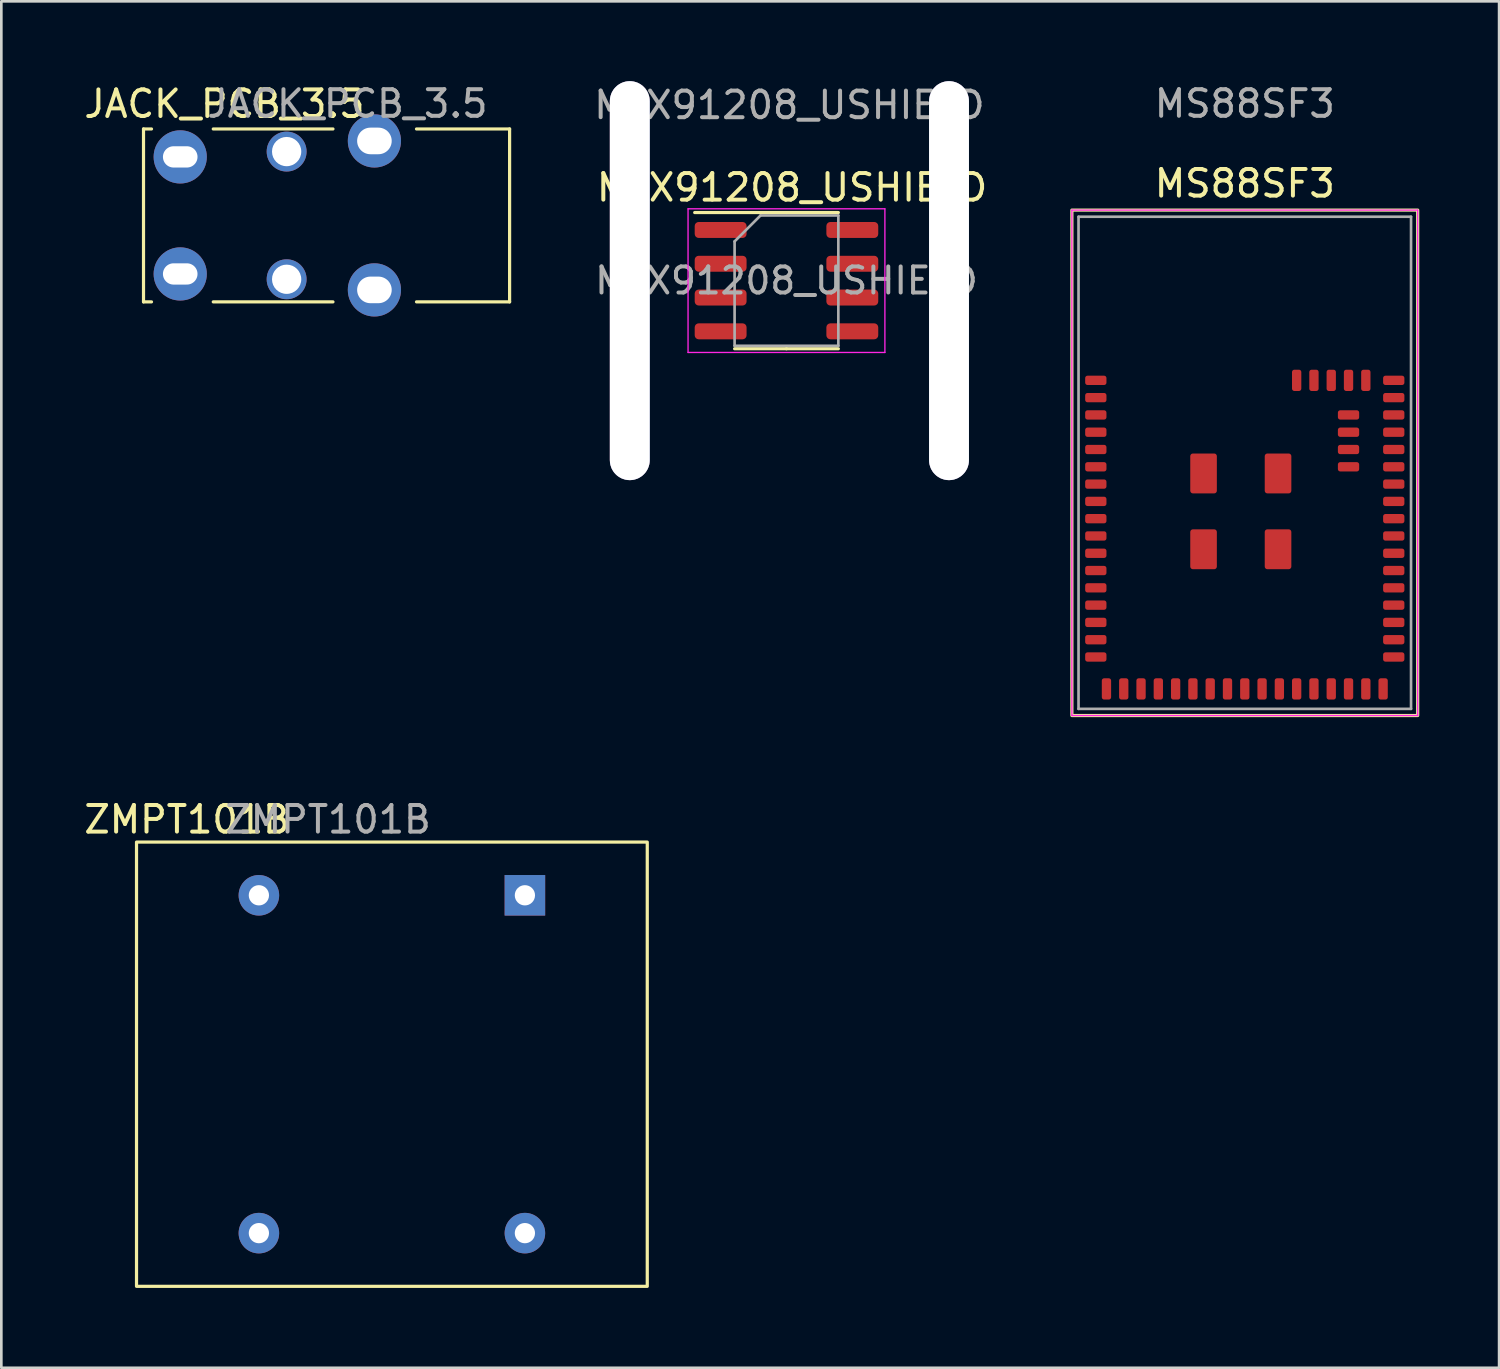
<source format=kicad_pcb>
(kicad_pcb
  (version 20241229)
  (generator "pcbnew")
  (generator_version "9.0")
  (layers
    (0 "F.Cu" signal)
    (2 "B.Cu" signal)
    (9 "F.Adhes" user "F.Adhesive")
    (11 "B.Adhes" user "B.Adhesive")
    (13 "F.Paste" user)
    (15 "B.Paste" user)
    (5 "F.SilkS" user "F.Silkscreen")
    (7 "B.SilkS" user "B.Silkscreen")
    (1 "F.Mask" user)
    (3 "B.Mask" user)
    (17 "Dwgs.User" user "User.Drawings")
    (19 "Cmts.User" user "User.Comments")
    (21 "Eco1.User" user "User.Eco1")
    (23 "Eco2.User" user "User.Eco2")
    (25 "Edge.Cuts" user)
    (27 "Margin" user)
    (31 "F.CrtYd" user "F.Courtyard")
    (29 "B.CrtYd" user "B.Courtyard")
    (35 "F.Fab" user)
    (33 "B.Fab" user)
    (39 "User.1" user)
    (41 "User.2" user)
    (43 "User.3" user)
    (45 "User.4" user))
  (footprint "ZMPT101B"
    (layer "F.Cu")
    (at 11.682 36.956)
    (property "Reference" "ZMPT101B" (at -7.7 -9.2 0) (unlocked yes) (layer "F.SilkS") (effects (font (size 1 1) (thickness 0.15))))
    (attr through_hole)
    (fp_rect (start -9.6 -8.35) (end 9.6 8.35) (stroke (width 0.12) (type solid)) (fill no) (layer "F.SilkS"))
    (fp_text user "${REFERENCE}" (at -2.4 -9.2 0) (unlocked yes) (layer "F.Fab") (effects (font (size 1 1) (thickness 0.15))))
    (pad "1" thru_hole rect (at 5 -6.35) (size 1.524 1.524) (drill 0.762) (layers "*.Cu" "*.Mask"))
    (pad "2" thru_hole circle (at 5 6.35) (size 1.524 1.524) (drill 0.762) (layers "*.Cu" "*.Mask"))
    (pad "3" thru_hole circle (at -5 6.35) (size 1.524 1.524) (drill 0.762) (layers "*.Cu" "*.Mask"))
    (pad "4" thru_hole circle (at -5 -6.35) (size 1.524 1.524) (drill 0.762) (layers "*.Cu" "*.Mask")))
  (footprint "MS88SF3"
    (layer "F.Cu")
    (at 43.744 14.348)
    (property "Reference" "MS88SF3" (at 0 -10.5 0) (unlocked yes) (layer "F.SilkS") (effects (font (size 1 1) (thickness 0.15))))
    (attr smd)
    (fp_rect (start -6.5 -9.5) (end 6.5 9.5) (stroke (width 0.12) (type solid)) (fill no) (layer "F.SilkS"))
    (fp_line (start -6.5 -9.5) (end -6.5 9.5) (stroke (width 0.05) (type solid)) (layer "F.CrtYd"))
    (fp_line (start -6.5 -9.5) (end 6.5 -9.5) (stroke (width 0.05) (type solid)) (layer "F.CrtYd"))
    (fp_line (start 6.5 -9.5) (end 6.5 9.5) (stroke (width 0.05) (type solid)) (layer "F.CrtYd"))
    (fp_line (start 6.5 9.5) (end -6.5 9.5) (stroke (width 0.05) (type solid)) (layer "F.CrtYd"))
    (fp_line (start -6.25 -9.25) (end 6.25 -9.25) (stroke (width 0.1) (type solid)) (layer "F.Fab"))
    (fp_line (start -6.25 9.25) (end -6.25 -9.25) (stroke (width 0.1) (type solid)) (layer "F.Fab"))
    (fp_line (start 6.25 -9.25) (end 6.25 9.25) (stroke (width 0.1) (type solid)) (layer "F.Fab"))
    (fp_line (start 6.25 9.25) (end -6.25 9.25) (stroke (width 0.1) (type solid)) (layer "F.Fab"))
    (fp_text user "${REFERENCE}" (at 0 -13.5 0) (unlocked yes) (layer "F.Fab") (effects (font (size 1 1) (thickness 0.15))))
    (pad "1" smd roundrect (at -5.6 -3.1) (size 0.8 0.35) (layers "F.Cu" "F.Mask" "F.Paste") (roundrect_rratio 0.25))
    (pad "2" smd roundrect (at -5.6 -2.45) (size 0.8 0.35) (layers "F.Cu" "F.Mask" "F.Paste") (roundrect_rratio 0.25))
    (pad "3" smd roundrect (at -5.6 -1.8) (size 0.8 0.35) (layers "F.Cu" "F.Mask" "F.Paste") (roundrect_rratio 0.25))
    (pad "4" smd roundrect (at -5.6 -1.15) (size 0.8 0.35) (layers "F.Cu" "F.Mask" "F.Paste") (roundrect_rratio 0.25))
    (pad "5" smd roundrect (at -5.6 -0.5) (size 0.8 0.35) (layers "F.Cu" "F.Mask" "F.Paste") (roundrect_rratio 0.25))
    (pad "6" smd roundrect (at -5.6 0.15) (size 0.8 0.35) (layers "F.Cu" "F.Mask" "F.Paste") (roundrect_rratio 0.25))
    (pad "7" smd roundrect (at -5.6 0.8) (size 0.8 0.35) (layers "F.Cu" "F.Mask" "F.Paste") (roundrect_rratio 0.25))
    (pad "8" smd roundrect (at -5.6 1.45) (size 0.8 0.35) (layers "F.Cu" "F.Mask" "F.Paste") (roundrect_rratio 0.25))
    (pad "9" smd roundrect (at -5.6 2.1) (size 0.8 0.35) (layers "F.Cu" "F.Mask" "F.Paste") (roundrect_rratio 0.25))
    (pad "10" smd roundrect (at -5.6 2.75) (size 0.8 0.35) (layers "F.Cu" "F.Mask" "F.Paste") (roundrect_rratio 0.25))
    (pad "11" smd roundrect (at -5.6 3.4) (size 0.8 0.35) (layers "F.Cu" "F.Mask" "F.Paste") (roundrect_rratio 0.25))
    (pad "12" smd roundrect (at -5.6 4.05) (size 0.8 0.35) (layers "F.Cu" "F.Mask" "F.Paste") (roundrect_rratio 0.25))
    (pad "13" smd roundrect (at -5.6 4.7) (size 0.8 0.35) (layers "F.Cu" "F.Mask" "F.Paste") (roundrect_rratio 0.25))
    (pad "14" smd roundrect (at -5.6 5.35) (size 0.8 0.35) (layers "F.Cu" "F.Mask" "F.Paste") (roundrect_rratio 0.25))
    (pad "15" smd roundrect (at -5.6 6) (size 0.8 0.35) (layers "F.Cu" "F.Mask" "F.Paste") (roundrect_rratio 0.25))
    (pad "16" smd roundrect (at -5.6 6.65) (size 0.8 0.35) (layers "F.Cu" "F.Mask" "F.Paste") (roundrect_rratio 0.25))
    (pad "17" smd roundrect (at -5.6 7.3) (size 0.8 0.35) (layers "F.Cu" "F.Mask" "F.Paste") (roundrect_rratio 0.25))
    (pad "18" smd roundrect (at -5.2 8.5) (size 0.35 0.8) (layers "F.Cu" "F.Mask" "F.Paste") (roundrect_rratio 0.25))
    (pad "19" smd roundrect (at -4.55 8.5) (size 0.35 0.8) (layers "F.Cu" "F.Mask" "F.Paste") (roundrect_rratio 0.25))
    (pad "20" smd roundrect (at -3.9 8.5) (size 0.35 0.8) (layers "F.Cu" "F.Mask" "F.Paste") (roundrect_rratio 0.25))
    (pad "21" smd roundrect (at -3.25 8.5) (size 0.35 0.8) (layers "F.Cu" "F.Mask" "F.Paste") (roundrect_rratio 0.25))
    (pad "22" smd roundrect (at -2.6 8.5) (size 0.35 0.8) (layers "F.Cu" "F.Mask" "F.Paste") (roundrect_rratio 0.25))
    (pad "23" smd roundrect (at -1.95 8.5) (size 0.35 0.8) (layers "F.Cu" "F.Mask" "F.Paste") (roundrect_rratio 0.25))
    (pad "24" smd roundrect (at -1.3 8.5) (size 0.35 0.8) (layers "F.Cu" "F.Mask" "F.Paste") (roundrect_rratio 0.25))
    (pad "25" smd roundrect (at -0.65 8.5) (size 0.35 0.8) (layers "F.Cu" "F.Mask" "F.Paste") (roundrect_rratio 0.25))
    (pad "26" smd roundrect (at 0 8.5) (size 0.35 0.8) (layers "F.Cu" "F.Mask" "F.Paste") (roundrect_rratio 0.25))
    (pad "27" smd roundrect (at 0.65 8.5) (size 0.35 0.8) (layers "F.Cu" "F.Mask" "F.Paste") (roundrect_rratio 0.25))
    (pad "28" smd roundrect (at 1.3 8.5) (size 0.35 0.8) (layers "F.Cu" "F.Mask" "F.Paste") (roundrect_rratio 0.25))
    (pad "29" smd roundrect (at 1.95 8.5) (size 0.35 0.8) (layers "F.Cu" "F.Mask" "F.Paste") (roundrect_rratio 0.25))
    (pad "30" smd roundrect (at 2.6 8.5) (size 0.35 0.8) (layers "F.Cu" "F.Mask" "F.Paste") (roundrect_rratio 0.25))
    (pad "31" smd roundrect (at 3.25 8.5) (size 0.35 0.8) (layers "F.Cu" "F.Mask" "F.Paste") (roundrect_rratio 0.25))
    (pad "32" smd roundrect (at 3.9 8.5) (size 0.35 0.8) (layers "F.Cu" "F.Mask" "F.Paste") (roundrect_rratio 0.25))
    (pad "33" smd roundrect (at 4.55 8.5) (size 0.35 0.8) (layers "F.Cu" "F.Mask" "F.Paste") (roundrect_rratio 0.25))
    (pad "34" smd roundrect (at 5.2 8.5) (size 0.35 0.8) (layers "F.Cu" "F.Mask" "F.Paste") (roundrect_rratio 0.25))
    (pad "35" smd roundrect (at 5.6 7.3) (size 0.8 0.35) (layers "F.Cu" "F.Mask" "F.Paste") (roundrect_rratio 0.25))
    (pad "36" smd roundrect (at 5.6 6.65) (size 0.8 0.35) (layers "F.Cu" "F.Mask" "F.Paste") (roundrect_rratio 0.25))
    (pad "37" smd roundrect (at 5.6 6) (size 0.8 0.35) (layers "F.Cu" "F.Mask" "F.Paste") (roundrect_rratio 0.25))
    (pad "38" smd roundrect (at 5.6 5.35) (size 0.8 0.35) (layers "F.Cu" "F.Mask" "F.Paste") (roundrect_rratio 0.25))
    (pad "39" smd roundrect (at 5.6 4.7) (size 0.8 0.35) (layers "F.Cu" "F.Mask" "F.Paste") (roundrect_rratio 0.25))
    (pad "40" smd roundrect (at 5.6 4.05) (size 0.8 0.35) (layers "F.Cu" "F.Mask" "F.Paste") (roundrect_rratio 0.25))
    (pad "41" smd roundrect (at 5.6 3.4) (size 0.8 0.35) (layers "F.Cu" "F.Mask" "F.Paste") (roundrect_rratio 0.25))
    (pad "42" smd roundrect (at 5.6 2.75) (size 0.8 0.35) (layers "F.Cu" "F.Mask" "F.Paste") (roundrect_rratio 0.25))
    (pad "43" smd roundrect (at 5.6 2.1) (size 0.8 0.35) (layers "F.Cu" "F.Mask" "F.Paste") (roundrect_rratio 0.25))
    (pad "44" smd roundrect (at 5.6 1.45) (size 0.8 0.35) (layers "F.Cu" "F.Mask" "F.Paste") (roundrect_rratio 0.25))
    (pad "45" smd roundrect (at 5.6 0.8) (size 0.8 0.35) (layers "F.Cu" "F.Mask" "F.Paste") (roundrect_rratio 0.25))
    (pad "46" smd roundrect (at 5.6 0.15) (size 0.8 0.35) (layers "F.Cu" "F.Mask" "F.Paste") (roundrect_rratio 0.25))
    (pad "47" smd roundrect (at 5.6 -0.5) (size 0.8 0.35) (layers "F.Cu" "F.Mask" "F.Paste") (roundrect_rratio 0.25))
    (pad "48" smd roundrect (at 5.6 -1.15) (size 0.8 0.35) (layers "F.Cu" "F.Mask" "F.Paste") (roundrect_rratio 0.25))
    (pad "49" smd roundrect (at 5.6 -1.8) (size 0.8 0.35) (layers "F.Cu" "F.Mask" "F.Paste") (roundrect_rratio 0.25))
    (pad "50" smd roundrect (at 5.6 -2.45) (size 0.8 0.35) (layers "F.Cu" "F.Mask" "F.Paste") (roundrect_rratio 0.25))
    (pad "51" smd roundrect (at 5.6 -3.1) (size 0.8 0.35) (layers "F.Cu" "F.Mask" "F.Paste") (roundrect_rratio 0.25))
    (pad "52" smd roundrect (at 4.55 -3.1) (size 0.35 0.8) (layers "F.Cu" "F.Mask" "F.Paste") (roundrect_rratio 0.25))
    (pad "53" smd roundrect (at 3.9 -3.1) (size 0.35 0.8) (layers "F.Cu" "F.Mask" "F.Paste") (roundrect_rratio 0.25))
    (pad "54" smd roundrect (at 3.25 -3.1) (size 0.35 0.8) (layers "F.Cu" "F.Mask" "F.Paste") (roundrect_rratio 0.25))
    (pad "55" smd roundrect (at 2.6 -3.1) (size 0.35 0.8) (layers "F.Cu" "F.Mask" "F.Paste") (roundrect_rratio 0.25))
    (pad "56" smd roundrect (at 1.95 -3.1) (size 0.35 0.8) (layers "F.Cu" "F.Mask" "F.Paste") (roundrect_rratio 0.25))
    (pad "57" smd roundrect (at 3.9 -1.8) (size 0.8 0.35) (layers "F.Cu" "F.Mask" "F.Paste") (roundrect_rratio 0.25))
    (pad "58" smd roundrect (at 3.9 -1.15) (size 0.8 0.35) (layers "F.Cu" "F.Mask" "F.Paste") (roundrect_rratio 0.25))
    (pad "59" smd roundrect (at 3.9 -0.5) (size 0.8 0.35) (layers "F.Cu" "F.Mask" "F.Paste") (roundrect_rratio 0.25))
    (pad "60" smd roundrect (at 3.9 0.15) (size 0.8 0.35) (layers "F.Cu" "F.Mask" "F.Paste") (roundrect_rratio 0.25))
    (pad "61" smd roundrect (at 1.25 0.4) (size 1 1.5) (layers "F.Cu" "F.Mask" "F.Paste") (roundrect_rratio 0.1))
    (pad "62" smd roundrect (at 1.25 3.25) (size 1 1.5) (layers "F.Cu" "F.Mask" "F.Paste") (roundrect_rratio 0.1))
    (pad "63" smd roundrect (at -1.55 3.25) (size 1 1.5) (layers "F.Cu" "F.Mask" "F.Paste") (roundrect_rratio 0.1))
    (pad "64" smd roundrect (at -1.55 0.4) (size 1 1.5) (layers "F.Cu" "F.Mask" "F.Paste") (roundrect_rratio 0.1)))
  (footprint "JACK_PCB_3.5"
    (layer "F.Cu")
    (at 7.725 5.048)
    (property "Reference" "JACK_PCB_3.5" (at -2.338 -4.192 0) (unlocked yes) (layer "F.SilkS") (effects (font (size 1 1) (thickness 0.15))))
    (attr through_hole)
    (fp_line (start -5.38 -3.25) (end -5.38 3.25) (stroke (width 0.12) (type solid)) (layer "F.SilkS"))
    (fp_line (start -5.38 3.25) (end -5.08 3.25) (stroke (width 0.12) (type solid)) (layer "F.SilkS"))
    (fp_line (start -5.08 -3.25) (end -5.38 -3.25) (stroke (width 0.12) (type solid)) (layer "F.SilkS"))
    (fp_line (start -2.758 -3.25) (end 1.742 -3.25) (stroke (width 0.12) (type solid)) (layer "F.SilkS"))
    (fp_line (start -2.758 3.25) (end 1.742 3.25) (stroke (width 0.12) (type solid)) (layer "F.SilkS"))
    (fp_line (start 4.882 -3.25) (end 8.382 -3.25) (stroke (width 0.12) (type solid)) (layer "F.SilkS"))
    (fp_line (start 8.382 -3.25) (end 8.382 3.25) (stroke (width 0.12) (type solid)) (layer "F.SilkS"))
    (fp_line (start 8.382 3.25) (end 4.882 3.25) (stroke (width 0.12) (type solid)) (layer "F.SilkS"))
    (fp_text user "${REFERENCE}" (at 2.286 -4.2 0) (unlocked yes) (layer "F.Fab") (effects (font (size 1 1) (thickness 0.15))))
    (pad "" np_thru_hole circle (at 0 -2.4) (size 1.5 1.5) (drill 1.1) (layers "*.Cu" "*.Mask"))
    (pad "" np_thru_hole circle (at 0 2.4) (size 1.5 1.5) (drill 1.1) (layers "*.Cu" "*.Mask"))
    (pad "1" thru_hole circle (at 3.3 -2.8) (size 2 2) (drill oval 1.3 1) (layers "*.Cu" "*.Mask"))
    (pad "1" thru_hole circle (at 3.3 2.8) (size 2 2) (drill oval 1.3 1) (layers "*.Cu" "*.Mask"))
    (pad "2" thru_hole circle (at -4 2.2) (size 2 2) (drill oval 1.3 0.8) (layers "*.Cu" "*.Mask"))
    (pad "3" thru_hole circle (at -4 -2.2) (size 2 2) (drill oval 1.3 0.8) (layers "*.Cu" "*.Mask")))
  (footprint "MLX91208_USHIELD"
    (layer "F.Cu")
    (at 26.625 7.5)
    (property "Reference" "MLX91208_USHIELD" (at 0.1 -3.5 0) (unlocked yes) (layer "F.SilkS") (effects (font (size 1 1) (thickness 0.15))))
    (attr smd)
    (fp_line (start -0.11 -2.56) (end -3.56 -2.56) (stroke (width 0.12) (type solid)) (layer "F.SilkS"))
    (fp_line (start -0.11 -2.56) (end 1.84 -2.56) (stroke (width 0.12) (type solid)) (layer "F.SilkS"))
    (fp_line (start -0.11 2.56) (end -2.06 2.56) (stroke (width 0.12) (type solid)) (layer "F.SilkS"))
    (fp_line (start -0.11 2.56) (end 1.84 2.56) (stroke (width 0.12) (type solid)) (layer "F.SilkS"))
    (fp_line (start -3.81 -2.7) (end -3.81 2.7) (stroke (width 0.05) (type solid)) (layer "F.CrtYd"))
    (fp_line (start -3.81 2.7) (end 3.59 2.7) (stroke (width 0.05) (type solid)) (layer "F.CrtYd"))
    (fp_line (start 3.59 -2.7) (end -3.81 -2.7) (stroke (width 0.05) (type solid)) (layer "F.CrtYd"))
    (fp_line (start 3.59 2.7) (end 3.59 -2.7) (stroke (width 0.05) (type solid)) (layer "F.CrtYd"))
    (fp_line (start -2.06 -1.475) (end -1.085 -2.45) (stroke (width 0.1) (type solid)) (layer "F.Fab"))
    (fp_line (start -2.06 2.45) (end -2.06 -1.475) (stroke (width 0.1) (type solid)) (layer "F.Fab"))
    (fp_line (start -1.085 -2.45) (end 1.84 -2.45) (stroke (width 0.1) (type solid)) (layer "F.Fab"))
    (fp_line (start 1.84 -2.45) (end 1.84 2.45) (stroke (width 0.1) (type solid)) (layer "F.Fab"))
    (fp_line (start 1.84 2.45) (end -2.06 2.45) (stroke (width 0.1) (type solid)) (layer "F.Fab"))
    (fp_text user "${REFERENCE}" (at 0 -6.6 0) (unlocked yes) (layer "F.Fab") (effects (font (size 1 1) (thickness 0.15))))
    (fp_text user "${REFERENCE}" (at -0.11 0 0) (layer "F.Fab") (effects (font (size 0.98 0.98) (thickness 0.15))))
    (pad "" np_thru_hole roundrect (at -6 0) (size 1.5 15) (drill oval 1.5 15) (layers "*.Cu" "*.Mask") (roundrect_rratio 0.5))
    (pad "" np_thru_hole roundrect (at 6 0) (size 1.5 15) (drill oval 1.5 15) (layers "*.Cu" "*.Mask") (roundrect_rratio 0.5))
    (pad "1" smd roundrect (at -2.585 -1.905) (size 1.95 0.6) (layers "F.Cu" "F.Mask" "F.Paste") (roundrect_rratio 0.25))
    (pad "2" smd roundrect (at -2.585 -0.635) (size 1.95 0.6) (layers "F.Cu" "F.Mask" "F.Paste") (roundrect_rratio 0.25))
    (pad "3" smd roundrect (at -2.585 0.635) (size 1.95 0.6) (layers "F.Cu" "F.Mask" "F.Paste") (roundrect_rratio 0.25))
    (pad "4" smd roundrect (at -2.585 1.905) (size 1.95 0.6) (layers "F.Cu" "F.Mask" "F.Paste") (roundrect_rratio 0.25))
    (pad "5" smd roundrect (at 2.365 1.905) (size 1.95 0.6) (layers "F.Cu" "F.Mask" "F.Paste") (roundrect_rratio 0.25))
    (pad "6" smd roundrect (at 2.365 0.635) (size 1.95 0.6) (layers "F.Cu" "F.Mask" "F.Paste") (roundrect_rratio 0.25))
    (pad "7" smd roundrect (at 2.365 -0.635) (size 1.95 0.6) (layers "F.Cu" "F.Mask" "F.Paste") (roundrect_rratio 0.25))
    (pad "8" smd roundrect (at 2.365 -1.905) (size 1.95 0.6) (layers "F.Cu" "F.Mask" "F.Paste") (roundrect_rratio 0.25)))
  (gr_rect
    (start -3 -3)
    (end 53.304 48.367)
    (stroke (width 0.1) (type default))
    (fill no)
    (layer "Edge.Cuts")))
</source>
